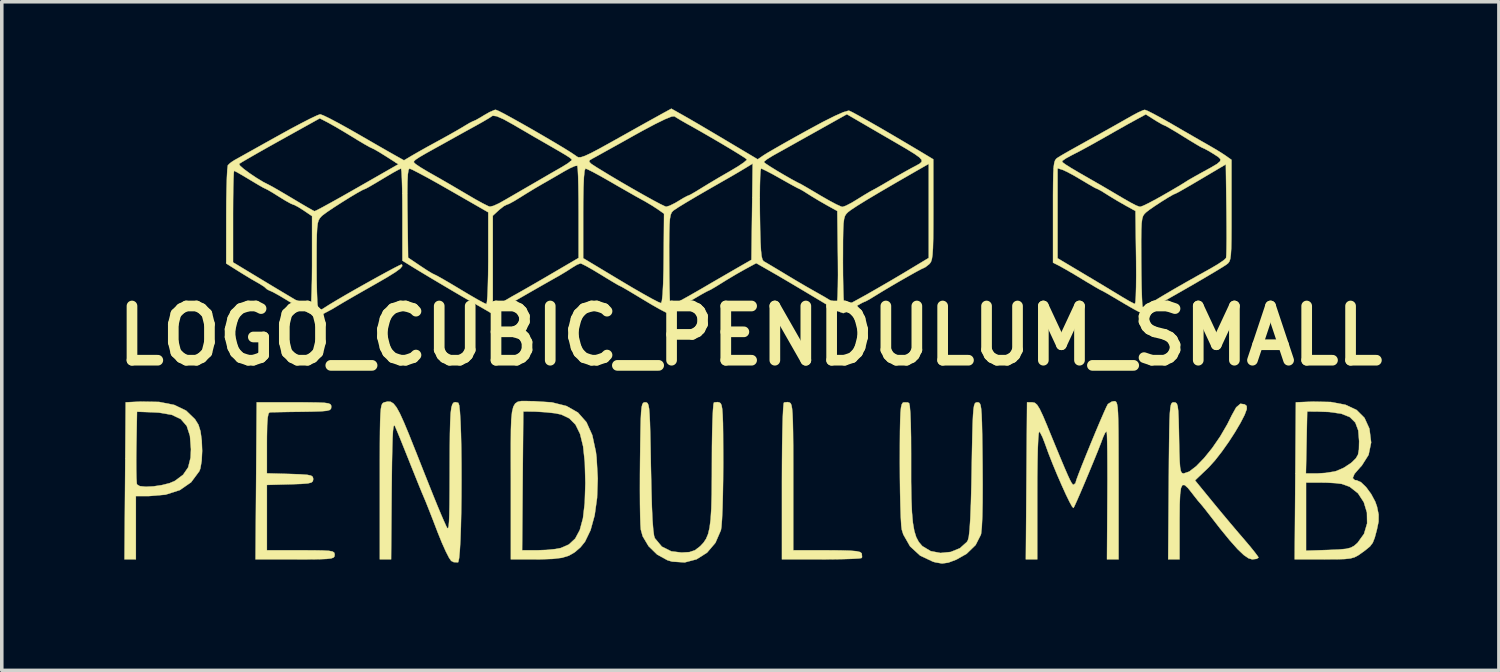
<source format=kicad_pcb>
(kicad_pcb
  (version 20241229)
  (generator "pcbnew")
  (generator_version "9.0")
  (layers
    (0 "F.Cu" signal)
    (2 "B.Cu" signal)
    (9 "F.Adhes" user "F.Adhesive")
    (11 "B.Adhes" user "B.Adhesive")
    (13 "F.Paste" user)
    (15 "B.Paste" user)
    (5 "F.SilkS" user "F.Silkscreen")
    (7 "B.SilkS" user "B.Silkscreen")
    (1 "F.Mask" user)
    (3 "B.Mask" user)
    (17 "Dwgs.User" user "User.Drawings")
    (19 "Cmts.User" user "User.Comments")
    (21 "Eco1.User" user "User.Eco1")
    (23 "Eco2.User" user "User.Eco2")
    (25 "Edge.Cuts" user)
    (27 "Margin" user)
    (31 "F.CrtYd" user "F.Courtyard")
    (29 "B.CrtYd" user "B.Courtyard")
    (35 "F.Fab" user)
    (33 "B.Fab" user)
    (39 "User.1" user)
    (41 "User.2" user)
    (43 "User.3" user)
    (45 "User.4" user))
  (footprint "LOGO_CUBIC_PENDULUM_SMALL"
    (layer "F.Cu")
    (at 18.041 6.386)
    (property "Reference" "LOGO_CUBIC_PENDULUM_SMALL" (at 0 0 0) (layer "F.SilkS") (effects (font (size 1.524 1.524) (thickness 0.3))))
    (attr through_hole)
    (fp_poly (pts (xy 1.106 1.88) (xy 1.134 1.902) (xy 1.156 1.954) (xy 1.173 2.047) (xy 1.186 2.196) (xy 1.195 2.412) (xy 1.201 2.708) (xy 1.205 3.098) (xy 1.206 3.593) (xy 1.206 3.976) (xy 1.206 6.032) (xy 2.152 6.032) (xy 2.533 6.035) (xy 2.805 6.043) (xy 2.983 6.058) (xy 3.086 6.082) (xy 3.13 6.117) (xy 3.132 6.122) (xy 3.141 6.223) (xy 3.128 6.249) (xy 3.055 6.261) (xy 2.877 6.272) (xy 2.614 6.28) (xy 2.288 6.285) (xy 1.99 6.287) (xy 0.889 6.287) (xy 0.889 4.099) (xy 0.891 3.56) (xy 0.895 3.073) (xy 0.903 2.651) (xy 0.912 2.307) (xy 0.924 2.056) (xy 0.937 1.909) (xy 0.947 1.877) (xy 1.05 1.866) (xy 1.106 1.88)) (stroke (width 0.01) (type solid)) (fill yes) (layer "F.SilkS"))
    (fp_poly (pts (xy -16.621 1.862) (xy -16.194 1.946) (xy -15.859 2.107) (xy -15.609 2.349) (xy -15.512 2.505) (xy -15.455 2.689) (xy -15.42 2.948) (xy -15.409 3.239) (xy -15.422 3.516) (xy -15.46 3.736) (xy -15.489 3.81) (xy -15.72 4.121) (xy -16.036 4.34) (xy -16.439 4.469) (xy -16.903 4.508) (xy -17.272 4.508) (xy -17.272 6.287) (xy -17.591 6.287) (xy -17.57 3.458) (xy -17.262 3.458) (xy -17.261 3.762) (xy -17.256 4) (xy -17.247 4.148) (xy -17.24 4.182) (xy -17.161 4.229) (xy -16.994 4.246) (xy -16.775 4.235) (xy -16.54 4.2) (xy -16.323 4.145) (xy -16.176 4.082) (xy -15.944 3.909) (xy -15.802 3.702) (xy -15.734 3.429) (xy -15.723 3.19) (xy -15.752 2.815) (xy -15.842 2.537) (xy -16.009 2.344) (xy -16.263 2.224) (xy -16.62 2.163) (xy -16.798 2.153) (xy -17.24 2.137) (xy -17.258 3.113) (xy -17.262 3.458) (xy -17.57 3.458) (xy -17.558 1.873) (xy -17.145 1.853) (xy -16.621 1.862)) (stroke (width 0.01) (type solid)) (fill yes) (layer "F.SilkS"))
    (fp_poly (pts (xy -12.44 1.874) (xy -12.163 1.878) (xy -11.976 1.886) (xy -11.862 1.902) (xy -11.804 1.927) (xy -11.782 1.964) (xy -11.779 2) (xy -11.787 2.052) (xy -11.822 2.088) (xy -11.906 2.111) (xy -12.058 2.125) (xy -12.3 2.133) (xy -12.605 2.138) (xy -12.921 2.142) (xy -13.194 2.147) (xy -13.397 2.151) (xy -13.504 2.153) (xy -13.51 2.154) (xy -13.544 2.191) (xy -13.567 2.306) (xy -13.582 2.514) (xy -13.588 2.828) (xy -13.589 3.014) (xy -13.589 3.869) (xy -12.938 3.887) (xy -12.645 3.897) (xy -12.455 3.911) (xy -12.348 3.933) (xy -12.299 3.969) (xy -12.287 4.024) (xy -12.287 4.032) (xy -12.297 4.09) (xy -12.34 4.128) (xy -12.439 4.152) (xy -12.618 4.166) (xy -12.898 4.176) (xy -12.938 4.177) (xy -13.589 4.195) (xy -13.589 6.032) (xy -12.636 6.032) (xy -12.27 6.033) (xy -12.012 6.038) (xy -11.844 6.048) (xy -11.746 6.066) (xy -11.699 6.095) (xy -11.685 6.138) (xy -11.684 6.16) (xy -11.69 6.205) (xy -11.718 6.238) (xy -11.786 6.261) (xy -11.912 6.275) (xy -12.114 6.283) (xy -12.407 6.286) (xy -12.796 6.287) (xy -13.908 6.287) (xy -13.875 1.873) (xy -12.827 1.873) (xy -12.44 1.874)) (stroke (width 0.01) (type solid)) (fill yes) (layer "F.SilkS"))
    (fp_poly (pts (xy -6.155 1.841) (xy -6.094 1.841) (xy -5.58 1.874) (xy -5.166 1.978) (xy -4.845 2.161) (xy -4.607 2.431) (xy -4.442 2.797) (xy -4.341 3.267) (xy -4.322 3.424) (xy -4.289 4.011) (xy -4.308 4.559) (xy -4.376 5.05) (xy -4.491 5.467) (xy -4.648 5.792) (xy -4.776 5.95) (xy -4.936 6.088) (xy -5.1 6.183) (xy -5.295 6.243) (xy -5.551 6.274) (xy -5.896 6.286) (xy -6.037 6.287) (xy -6.731 6.287) (xy -6.731 6.032) (xy -6.415 6.032) (xy -5.986 6.032) (xy -5.724 6.022) (xy -5.479 5.997) (xy -5.329 5.969) (xy -5.101 5.869) (xy -4.923 5.704) (xy -4.793 5.461) (xy -4.704 5.131) (xy -4.654 4.7) (xy -4.637 4.158) (xy -4.637 4.128) (xy -4.652 3.562) (xy -4.7 3.11) (xy -4.786 2.76) (xy -4.913 2.501) (xy -5.088 2.324) (xy -5.314 2.216) (xy -5.488 2.18) (xy -5.749 2.152) (xy -6.016 2.135) (xy -6.096 2.132) (xy -6.382 2.13) (xy -6.399 4.081) (xy -6.415 6.032) (xy -6.731 6.032) (xy -6.731 4.103) (xy -6.732 3.505) (xy -6.732 3.022) (xy -6.729 2.642) (xy -6.719 2.353) (xy -6.697 2.142) (xy -6.662 1.997) (xy -6.609 1.906) (xy -6.536 1.857) (xy -6.438 1.838) (xy -6.312 1.837) (xy -6.155 1.841)) (stroke (width 0.01) (type solid)) (fill yes) (layer "F.SilkS"))
    (fp_poly (pts (xy -0.863 1.88) (xy -0.832 1.904) (xy -0.808 1.96) (xy -0.79 2.062) (xy -0.778 2.224) (xy -0.769 2.46) (xy -0.765 2.785) (xy -0.763 3.213) (xy -0.762 3.579) (xy -0.765 4.04) (xy -0.772 4.47) (xy -0.782 4.849) (xy -0.796 5.156) (xy -0.812 5.372) (xy -0.827 5.468) (xy -0.981 5.822) (xy -1.216 6.098) (xy -1.511 6.285) (xy -1.845 6.373) (xy -2.199 6.35) (xy -2.33 6.311) (xy -2.619 6.152) (xy -2.861 5.916) (xy -3.026 5.638) (xy -3.078 5.45) (xy -3.088 5.312) (xy -3.096 5.068) (xy -3.101 4.737) (xy -3.103 4.342) (xy -3.102 3.902) (xy -3.099 3.524) (xy -3.093 3.024) (xy -3.086 2.637) (xy -3.079 2.348) (xy -3.069 2.143) (xy -3.054 2.007) (xy -3.035 1.927) (xy -3.009 1.887) (xy -2.976 1.874) (xy -2.953 1.873) (xy -2.916 1.877) (xy -2.887 1.899) (xy -2.864 1.952) (xy -2.846 2.049) (xy -2.833 2.205) (xy -2.822 2.432) (xy -2.813 2.745) (xy -2.804 3.157) (xy -2.795 3.682) (xy -2.794 3.715) (xy -2.781 4.322) (xy -2.767 4.809) (xy -2.75 5.184) (xy -2.729 5.453) (xy -2.706 5.623) (xy -2.683 5.694) (xy -2.487 5.929) (xy -2.222 6.061) (xy -1.935 6.096) (xy -1.712 6.083) (xy -1.557 6.031) (xy -1.413 5.921) (xy -1.41 5.918) (xy -1.318 5.821) (xy -1.244 5.711) (xy -1.187 5.575) (xy -1.145 5.396) (xy -1.115 5.159) (xy -1.096 4.851) (xy -1.085 4.455) (xy -1.081 3.956) (xy -1.08 3.576) (xy -1.078 3.119) (xy -1.072 2.71) (xy -1.062 2.365) (xy -1.05 2.1) (xy -1.036 1.932) (xy -1.022 1.877) (xy -0.918 1.866) (xy -0.863 1.88)) (stroke (width 0.01) (type solid)) (fill yes) (layer "F.SilkS"))
    (fp_poly (pts (xy 6.419 1.877) (xy 6.449 1.899) (xy 6.472 1.953) (xy 6.488 2.052) (xy 6.501 2.211) (xy 6.51 2.443) (xy 6.517 2.763) (xy 6.523 3.185) (xy 6.528 3.619) (xy 6.531 4.193) (xy 6.529 4.684) (xy 6.521 5.082) (xy 6.507 5.378) (xy 6.488 5.561) (xy 6.48 5.595) (xy 6.333 5.884) (xy 6.079 6.131) (xy 5.789 6.295) (xy 5.565 6.379) (xy 5.39 6.403) (xy 5.202 6.371) (xy 5.134 6.352) (xy 4.774 6.182) (xy 4.49 5.921) (xy 4.3 5.587) (xy 4.258 5.453) (xy 4.243 5.332) (xy 4.23 5.104) (xy 4.219 4.789) (xy 4.21 4.405) (xy 4.205 3.972) (xy 4.203 3.576) (xy 4.204 3.068) (xy 4.207 2.672) (xy 4.213 2.375) (xy 4.222 2.162) (xy 4.236 2.02) (xy 4.256 1.933) (xy 4.282 1.889) (xy 4.303 1.876) (xy 4.422 1.874) (xy 4.464 1.898) (xy 4.482 1.98) (xy 4.498 2.174) (xy 4.509 2.469) (xy 4.517 2.849) (xy 4.519 3.301) (xy 4.519 3.504) (xy 4.519 4.098) (xy 4.527 4.579) (xy 4.543 4.962) (xy 4.57 5.262) (xy 4.61 5.491) (xy 4.664 5.665) (xy 4.735 5.798) (xy 4.824 5.903) (xy 4.84 5.918) (xy 5.07 6.056) (xy 5.346 6.108) (xy 5.632 6.079) (xy 5.891 5.974) (xy 6.086 5.799) (xy 6.114 5.754) (xy 6.141 5.654) (xy 6.164 5.451) (xy 6.184 5.14) (xy 6.201 4.715) (xy 6.215 4.171) (xy 6.223 3.747) (xy 6.232 3.21) (xy 6.241 2.787) (xy 6.25 2.465) (xy 6.261 2.228) (xy 6.274 2.065) (xy 6.291 1.961) (xy 6.313 1.904) (xy 6.341 1.879) (xy 6.376 1.873) (xy 6.382 1.873) (xy 6.419 1.877)) (stroke (width 0.01) (type solid)) (fill yes) (layer "F.SilkS"))
    (fp_poly (pts (xy 11.954 1.88) (xy 11.989 1.911) (xy 12.013 1.986) (xy 12.029 2.124) (xy 12.039 2.341) (xy 12.047 2.657) (xy 12.051 2.873) (xy 12.058 3.251) (xy 12.068 3.521) (xy 12.081 3.699) (xy 12.101 3.805) (xy 12.13 3.857) (xy 12.17 3.873) (xy 12.182 3.873) (xy 12.337 3.82) (xy 12.533 3.67) (xy 12.753 3.443) (xy 12.983 3.159) (xy 13.207 2.834) (xy 13.409 2.488) (xy 13.533 2.238) (xy 13.657 2.015) (xy 13.776 1.913) (xy 13.896 1.93) (xy 13.952 1.976) (xy 13.955 2.063) (xy 13.893 2.228) (xy 13.778 2.451) (xy 13.625 2.711) (xy 13.447 2.986) (xy 13.255 3.257) (xy 13.065 3.501) (xy 12.888 3.698) (xy 12.853 3.732) (xy 12.5 4.067) (xy 12.979 4.653) (xy 13.222 4.948) (xy 13.489 5.267) (xy 13.74 5.563) (xy 13.871 5.715) (xy 14.046 5.921) (xy 14.184 6.093) (xy 14.269 6.207) (xy 14.285 6.239) (xy 14.232 6.273) (xy 14.107 6.287) (xy 14.004 6.257) (xy 13.87 6.165) (xy 13.697 6) (xy 13.478 5.754) (xy 13.204 5.419) (xy 12.891 5.016) (xy 12.765 4.855) (xy 12.669 4.738) (xy 12.635 4.699) (xy 12.578 4.633) (xy 12.475 4.502) (xy 12.419 4.429) (xy 12.301 4.281) (xy 12.212 4.2) (xy 12.149 4.196) (xy 12.106 4.279) (xy 12.081 4.459) (xy 12.069 4.744) (xy 12.065 5.145) (xy 12.065 5.239) (xy 12.065 6.287) (xy 11.746 6.287) (xy 11.763 4.08) (xy 11.767 3.493) (xy 11.772 3.02) (xy 11.777 2.65) (xy 11.784 2.369) (xy 11.794 2.166) (xy 11.807 2.027) (xy 11.824 1.941) (xy 11.845 1.895) (xy 11.873 1.877) (xy 11.906 1.873) (xy 11.954 1.88)) (stroke (width 0.01) (type solid)) (fill yes) (layer "F.SilkS"))
    (fp_poly (pts (xy 10.263 1.846) (xy 10.288 1.869) (xy 10.308 1.922) (xy 10.324 2.018) (xy 10.335 2.169) (xy 10.342 2.388) (xy 10.347 2.686) (xy 10.349 3.077) (xy 10.35 3.571) (xy 10.351 4.064) (xy 10.351 6.287) (xy 10.026 6.287) (xy 10.037 4.505) (xy 10.039 4.043) (xy 10.038 3.622) (xy 10.036 3.261) (xy 10.031 2.975) (xy 10.025 2.781) (xy 10.017 2.695) (xy 10.016 2.692) (xy 9.977 2.722) (xy 9.923 2.838) (xy 9.916 2.855) (xy 9.856 3.016) (xy 9.765 3.248) (xy 9.651 3.527) (xy 9.526 3.829) (xy 9.4 4.13) (xy 9.282 4.407) (xy 9.183 4.634) (xy 9.113 4.788) (xy 9.083 4.843) (xy 9.046 4.806) (xy 8.972 4.671) (xy 8.87 4.462) (xy 8.751 4.199) (xy 8.623 3.905) (xy 8.497 3.601) (xy 8.382 3.308) (xy 8.288 3.049) (xy 8.282 3.032) (xy 8.212 2.851) (xy 8.148 2.725) (xy 8.122 2.695) (xy 8.106 2.746) (xy 8.092 2.912) (xy 8.08 3.182) (xy 8.072 3.543) (xy 8.066 3.985) (xy 8.065 4.473) (xy 8.065 6.287) (xy 7.745 6.287) (xy 7.779 1.873) (xy 7.926 1.873) (xy 7.996 1.887) (xy 8.06 1.941) (xy 8.132 2.055) (xy 8.224 2.248) (xy 8.347 2.539) (xy 8.36 2.572) (xy 8.558 3.054) (xy 8.714 3.431) (xy 8.834 3.716) (xy 8.923 3.92) (xy 8.987 4.057) (xy 9.032 4.14) (xy 9.063 4.18) (xy 9.086 4.191) (xy 9.086 4.191) (xy 9.142 4.143) (xy 9.144 4.128) (xy 9.167 4.049) (xy 9.231 3.876) (xy 9.326 3.633) (xy 9.443 3.343) (xy 9.571 3.029) (xy 9.701 2.715) (xy 9.824 2.424) (xy 9.93 2.179) (xy 10.009 2.003) (xy 10.052 1.921) (xy 10.162 1.853) (xy 10.231 1.841) (xy 10.263 1.846)) (stroke (width 0.01) (type solid)) (fill yes) (layer "F.SilkS"))
    (fp_poly (pts (xy 16.318 1.864) (xy 16.729 1.942) (xy 17.043 2.089) (xy 17.264 2.31) (xy 17.399 2.606) (xy 17.403 2.618) (xy 17.451 3.002) (xy 17.379 3.349) (xy 17.188 3.652) (xy 17.14 3.703) (xy 16.983 3.884) (xy 16.933 4.003) (xy 16.992 4.06) (xy 17.041 4.064) (xy 17.164 4.118) (xy 17.309 4.257) (xy 17.451 4.45) (xy 17.566 4.665) (xy 17.615 4.803) (xy 17.661 5.029) (xy 17.659 5.227) (xy 17.612 5.454) (xy 17.552 5.678) (xy 17.496 5.821) (xy 17.418 5.924) (xy 17.29 6.029) (xy 17.193 6.1) (xy 17.083 6.177) (xy 16.983 6.229) (xy 16.868 6.261) (xy 16.709 6.278) (xy 16.479 6.285) (xy 16.152 6.286) (xy 16.119 6.287) (xy 15.302 6.287) (xy 15.318 4.128) (xy 15.621 4.128) (xy 15.621 6.044) (xy 16.252 6.023) (xy 16.545 6.01) (xy 16.742 5.992) (xy 16.874 5.96) (xy 16.971 5.908) (xy 17.064 5.827) (xy 17.068 5.824) (xy 17.251 5.57) (xy 17.338 5.277) (xy 17.333 4.972) (xy 17.245 4.681) (xy 17.081 4.43) (xy 16.847 4.246) (xy 16.624 4.166) (xy 16.455 4.145) (xy 16.219 4.131) (xy 16.026 4.128) (xy 15.621 4.128) (xy 15.318 4.128) (xy 15.32 3.873) (xy 15.617 3.873) (xy 15.921 3.873) (xy 16.167 3.858) (xy 16.407 3.82) (xy 16.466 3.806) (xy 16.676 3.716) (xy 16.881 3.582) (xy 16.91 3.557) (xy 17.021 3.448) (xy 17.082 3.343) (xy 17.108 3.198) (xy 17.113 2.971) (xy 17.113 2.963) (xy 17.089 2.664) (xy 17.006 2.442) (xy 16.851 2.288) (xy 16.61 2.192) (xy 16.269 2.144) (xy 15.97 2.133) (xy 15.653 2.13) (xy 15.635 3.002) (xy 15.617 3.873) (xy 15.32 3.873) (xy 15.335 1.873) (xy 15.803 1.854) (xy 16.318 1.864)) (stroke (width 0.01) (type solid)) (fill yes) (layer "F.SilkS"))
    (fp_poly (pts (xy -10.109 1.858) (xy -10.03 1.908) (xy -9.946 2.013) (xy -9.851 2.185) (xy -9.736 2.438) (xy -9.592 2.784) (xy -9.412 3.236) (xy -9.404 3.254) (xy -9.195 3.784) (xy -9.025 4.211) (xy -8.889 4.55) (xy -8.78 4.817) (xy -8.692 5.027) (xy -8.619 5.196) (xy -8.555 5.338) (xy -8.542 5.366) (xy -8.517 5.41) (xy -8.496 5.41) (xy -8.48 5.355) (xy -8.469 5.233) (xy -8.461 5.033) (xy -8.455 4.743) (xy -8.452 4.351) (xy -8.45 3.846) (xy -8.45 3.736) (xy -8.448 3.19) (xy -8.444 2.759) (xy -8.436 2.43) (xy -8.424 2.19) (xy -8.404 2.026) (xy -8.375 1.926) (xy -8.336 1.878) (xy -8.286 1.868) (xy -8.221 1.884) (xy -8.207 1.889) (xy -8.183 1.959) (xy -8.163 2.139) (xy -8.147 2.41) (xy -8.134 2.754) (xy -8.125 3.155) (xy -8.12 3.594) (xy -8.119 4.053) (xy -8.121 4.516) (xy -8.127 4.964) (xy -8.136 5.379) (xy -8.149 5.744) (xy -8.166 6.041) (xy -8.186 6.253) (xy -8.209 6.361) (xy -8.217 6.371) (xy -8.338 6.365) (xy -8.408 6.33) (xy -8.468 6.244) (xy -8.56 6.064) (xy -8.671 5.816) (xy -8.789 5.525) (xy -8.801 5.493) (xy -8.919 5.185) (xy -9.029 4.904) (xy -9.118 4.68) (xy -9.175 4.544) (xy -9.177 4.54) (xy -9.231 4.412) (xy -9.321 4.193) (xy -9.434 3.912) (xy -9.56 3.598) (xy -9.589 3.524) (xy -9.715 3.21) (xy -9.829 2.926) (xy -9.922 2.7) (xy -9.982 2.559) (xy -9.991 2.54) (xy -10.012 2.518) (xy -10.03 2.56) (xy -10.045 2.676) (xy -10.056 2.876) (xy -10.065 3.169) (xy -10.073 3.565) (xy -10.079 4.074) (xy -10.082 4.334) (xy -10.098 6.287) (xy -10.414 6.287) (xy -10.414 4.1) (xy -10.414 3.516) (xy -10.413 3.046) (xy -10.41 2.677) (xy -10.405 2.397) (xy -10.396 2.194) (xy -10.384 2.053) (xy -10.368 1.964) (xy -10.346 1.912) (xy -10.318 1.886) (xy -10.287 1.873) (xy -10.192 1.851) (xy -10.109 1.858)) (stroke (width 0.01) (type solid)) (fill yes) (layer "F.SilkS"))
    (fp_poly (pts (xy 11.168 -6.319) (xy 11.333 -6.236) (xy 11.562 -6.112) (xy 11.831 -5.96) (xy 11.882 -5.93) (xy 12.183 -5.755) (xy 12.473 -5.588) (xy 12.718 -5.447) (xy 12.887 -5.351) (xy 12.89 -5.349) (xy 13.098 -5.228) (xy 13.289 -5.108) (xy 13.351 -5.067) (xy 13.525 -4.944) (xy 13.525 -3.523) (xy 13.525 -3.063) (xy 13.523 -2.713) (xy 13.518 -2.457) (xy 13.507 -2.279) (xy 13.491 -2.16) (xy 13.466 -2.086) (xy 13.432 -2.039) (xy 13.386 -2.002) (xy 13.383 -1.999) (xy 13.271 -1.927) (xy 13.079 -1.81) (xy 12.826 -1.66) (xy 12.533 -1.488) (xy 12.219 -1.307) (xy 11.904 -1.127) (xy 11.608 -0.959) (xy 11.35 -0.815) (xy 11.152 -0.707) (xy 11.031 -0.645) (xy 11.005 -0.635) (xy 10.932 -0.666) (xy 10.777 -0.749) (xy 10.566 -0.87) (xy 10.426 -0.953) (xy 10.198 -1.088) (xy 10.015 -1.195) (xy 9.901 -1.258) (xy 9.875 -1.27) (xy 9.815 -1.301) (xy 9.671 -1.384) (xy 9.471 -1.503) (xy 9.355 -1.573) (xy 9.112 -1.72) (xy 8.889 -1.85) (xy 8.724 -1.943) (xy 8.684 -1.965) (xy 8.509 -2.053) (xy 8.509 -2.177) (xy 8.636 -2.177) (xy 9.414 -1.713) (xy 9.723 -1.529) (xy 10.019 -1.351) (xy 10.272 -1.198) (xy 10.452 -1.089) (xy 10.477 -1.074) (xy 10.647 -0.974) (xy 10.773 -0.908) (xy 10.812 -0.893) (xy 10.826 -0.952) (xy 10.837 -1.12) (xy 10.844 -1.377) (xy 10.847 -1.705) (xy 10.845 -2.085) (xy 10.844 -2.197) (xy 10.837 -2.697) (xy 10.986 -2.697) (xy 10.987 -2.329) (xy 10.988 -2.089) (xy 10.992 -1.703) (xy 10.998 -1.362) (xy 11.007 -1.086) (xy 11.016 -0.894) (xy 11.027 -0.806) (xy 11.029 -0.803) (xy 11.098 -0.807) (xy 11.135 -0.831) (xy 11.224 -0.894) (xy 11.387 -0.997) (xy 11.589 -1.119) (xy 11.918 -1.313) (xy 12.25 -1.503) (xy 12.623 -1.713) (xy 12.943 -1.891) (xy 13.145 -2.01) (xy 13.298 -2.114) (xy 13.372 -2.182) (xy 13.373 -2.185) (xy 13.381 -2.268) (xy 13.386 -2.458) (xy 13.389 -2.734) (xy 13.388 -3.076) (xy 13.385 -3.463) (xy 13.384 -3.537) (xy 13.367 -4.817) (xy 12.678 -4.409) (xy 12.415 -4.254) (xy 12.195 -4.127) (xy 12.038 -4.038) (xy 11.966 -4.001) (xy 11.964 -4) (xy 11.889 -3.968) (xy 11.743 -3.884) (xy 11.56 -3.77) (xy 11.372 -3.647) (xy 11.213 -3.537) (xy 11.126 -3.469) (xy 11.077 -3.421) (xy 11.04 -3.365) (xy 11.015 -3.283) (xy 10.999 -3.156) (xy 10.99 -2.967) (xy 10.986 -2.697) (xy 10.837 -2.697) (xy 10.827 -3.505) (xy 10.541 -3.663) (xy 10.314 -3.793) (xy 10.086 -3.931) (xy 10.018 -3.974) (xy 9.869 -4.067) (xy 9.768 -4.121) (xy 9.75 -4.128) (xy 9.684 -4.158) (xy 9.54 -4.24) (xy 9.346 -4.355) (xy 9.316 -4.373) (xy 9.099 -4.501) (xy 8.907 -4.604) (xy 8.78 -4.662) (xy 8.775 -4.663) (xy 8.636 -4.708) (xy 8.636 -2.177) (xy 8.509 -2.177) (xy 8.509 -3.488) (xy 8.509 -3.951) (xy 8.512 -4.303) (xy 8.517 -4.56) (xy 8.527 -4.74) (xy 8.544 -4.858) (xy 8.557 -4.898) (xy 8.763 -4.898) (xy 8.786 -4.867) (xy 8.864 -4.81) (xy 9.01 -4.718) (xy 9.237 -4.584) (xy 9.559 -4.399) (xy 9.648 -4.348) (xy 9.836 -4.24) (xy 10.067 -4.105) (xy 10.192 -4.031) (xy 10.492 -3.854) (xy 10.703 -3.734) (xy 10.842 -3.662) (xy 10.928 -3.629) (xy 10.961 -3.623) (xy 11.042 -3.652) (xy 11.206 -3.731) (xy 11.427 -3.849) (xy 11.596 -3.944) (xy 11.839 -4.084) (xy 12.043 -4.204) (xy 12.181 -4.288) (xy 12.224 -4.316) (xy 12.309 -4.37) (xy 12.471 -4.463) (xy 12.668 -4.573) (xy 12.944 -4.724) (xy 13.121 -4.829) (xy 13.207 -4.904) (xy 13.215 -4.963) (xy 13.155 -5.023) (xy 13.037 -5.1) (xy 13.026 -5.107) (xy 12.868 -5.202) (xy 12.758 -5.261) (xy 12.732 -5.271) (xy 12.667 -5.302) (xy 12.521 -5.387) (xy 12.318 -5.51) (xy 12.192 -5.588) (xy 11.969 -5.726) (xy 11.788 -5.833) (xy 11.676 -5.896) (xy 11.652 -5.906) (xy 11.583 -5.937) (xy 11.446 -6.015) (xy 11.367 -6.064) (xy 11.117 -6.222) (xy 10.845 -6.074) (xy 10.624 -5.953) (xy 10.372 -5.811) (xy 10.255 -5.745) (xy 9.857 -5.519) (xy 9.545 -5.344) (xy 9.3 -5.211) (xy 9.098 -5.106) (xy 9.033 -5.073) (xy 8.875 -4.987) (xy 8.777 -4.919) (xy 8.763 -4.898) (xy 8.557 -4.898) (xy 8.568 -4.931) (xy 8.601 -4.975) (xy 8.645 -5.007) (xy 8.645 -5.007) (xy 8.728 -5.058) (xy 8.832 -5.119) (xy 8.976 -5.201) (xy 9.184 -5.317) (xy 9.476 -5.48) (xy 9.557 -5.525) (xy 9.95 -5.743) (xy 10.263 -5.918) (xy 10.529 -6.069) (xy 10.732 -6.184) (xy 10.908 -6.278) (xy 11.044 -6.338) (xy 11.089 -6.349) (xy 11.168 -6.319)) (stroke (width 0.01) (type solid)) (fill yes) (layer "F.SilkS"))
    (fp_poly (pts (xy -1.888 -6.194) (xy -1.716 -6.096) (xy -1.463 -5.949) (xy -1.158 -5.769) (xy -0.83 -5.575) (xy -0.674 -5.482) (xy 0.208 -4.957) (xy 0.374 -5.071) (xy 0.481 -5.138) (xy 0.679 -5.253) (xy 0.946 -5.406) (xy 1.263 -5.584) (xy 1.603 -5.772) (xy 2.035 -6.006) (xy 2.374 -6.176) (xy 2.616 -6.283) (xy 2.757 -6.324) (xy 2.781 -6.322) (xy 2.874 -6.278) (xy 3.058 -6.178) (xy 3.318 -6.032) (xy 3.637 -5.85) (xy 3.997 -5.64) (xy 4.382 -5.413) (xy 4.776 -5.179) (xy 4.874 -5.12) (xy 5.143 -4.958) (xy 5.144 -3.537) (xy 5.143 -3.072) (xy 5.14 -2.719) (xy 5.133 -2.459) (xy 5.121 -2.276) (xy 5.103 -2.154) (xy 5.078 -2.077) (xy 5.044 -2.027) (xy 5.027 -2.01) (xy 4.926 -1.93) (xy 4.878 -1.905) (xy 4.811 -1.875) (xy 4.659 -1.794) (xy 4.449 -1.676) (xy 4.205 -1.537) (xy 3.952 -1.389) (xy 3.715 -1.248) (xy 3.519 -1.128) (xy 3.509 -1.122) (xy 3.349 -1.024) (xy 3.236 -0.963) (xy 3.207 -0.953) (xy 3.137 -0.921) (xy 3 -0.843) (xy 2.921 -0.794) (xy 2.759 -0.699) (xy 2.639 -0.642) (xy 2.609 -0.635) (xy 2.525 -0.665) (xy 2.372 -0.744) (xy 2.243 -0.818) (xy 1.8 -1.083) (xy 1.448 -1.293) (xy 1.17 -1.458) (xy 0.948 -1.589) (xy 0.764 -1.697) (xy 0.6 -1.791) (xy 0.543 -1.824) (xy 0.166 -2.039) (xy -0.155 -1.865) (xy -0.401 -1.726) (xy -0.672 -1.564) (xy -0.807 -1.48) (xy -0.985 -1.37) (xy -1.116 -1.294) (xy -1.168 -1.27) (xy -1.232 -1.239) (xy -1.38 -1.157) (xy -1.585 -1.037) (xy -1.727 -0.953) (xy -1.96 -0.816) (xy -2.155 -0.709) (xy -2.285 -0.646) (xy -2.32 -0.635) (xy -2.398 -0.666) (xy -2.559 -0.752) (xy -2.779 -0.877) (xy -3.011 -1.016) (xy -3.26 -1.166) (xy -3.466 -1.289) (xy -3.607 -1.37) (xy -3.661 -1.397) (xy -3.722 -1.428) (xy -3.865 -1.512) (xy -4.067 -1.634) (xy -4.197 -1.714) (xy -4.426 -1.852) (xy -4.617 -1.96) (xy -4.742 -2.022) (xy -4.774 -2.032) (xy -4.867 -1.998) (xy -5.002 -1.917) (xy -5.007 -1.914) (xy -5.166 -1.811) (xy -5.371 -1.688) (xy -5.461 -1.638) (xy -5.625 -1.545) (xy -5.868 -1.407) (xy -6.158 -1.241) (xy -6.464 -1.065) (xy -6.497 -1.046) (xy -7.247 -0.612) (xy -7.436 -0.724) (xy -7.613 -0.826) (xy -7.765 -0.911) (xy -7.893 -0.983) (xy -8.103 -1.104) (xy -8.368 -1.259) (xy -8.66 -1.432) (xy -8.953 -1.606) (xy -9.22 -1.766) (xy -9.433 -1.895) (xy -9.477 -1.922) (xy -9.779 -2.109) (xy -9.779 -3.404) (xy -9.781 -3.794) (xy -9.784 -3.996) (xy -9.642 -3.996) (xy -9.639 -3.559) (xy -9.637 -3.447) (xy -9.62 -2.194) (xy -9.271 -1.958) (xy -9.087 -1.837) (xy -8.945 -1.751) (xy -8.877 -1.718) (xy -8.809 -1.685) (xy -8.655 -1.599) (xy -8.437 -1.472) (xy -8.177 -1.317) (xy -8.153 -1.302) (xy -7.89 -1.145) (xy -7.665 -1.015) (xy -7.501 -0.926) (xy -7.421 -0.889) (xy -7.419 -0.889) (xy -7.403 -0.949) (xy -7.389 -1.118) (xy -7.378 -1.376) (xy -7.37 -1.704) (xy -7.366 -2.083) (xy -7.366 -2.178) (xy -7.366 -3.372) (xy -7.239 -3.372) (xy -7.239 -0.753) (xy -7.064 -0.877) (xy -6.885 -0.993) (xy -6.683 -1.111) (xy -6.668 -1.119) (xy -6.533 -1.194) (xy -6.315 -1.318) (xy -6.041 -1.476) (xy -5.738 -1.652) (xy -5.636 -1.712) (xy -4.826 -2.186) (xy -4.826 -3.439) (xy -4.699 -3.439) (xy -4.699 -2.179) (xy -3.635 -1.54) (xy -3.304 -1.343) (xy -3.008 -1.173) (xy -2.766 -1.038) (xy -2.594 -0.949) (xy -2.511 -0.916) (xy -2.508 -0.916) (xy -2.485 -0.984) (xy -2.465 -1.168) (xy -2.45 -1.458) (xy -2.439 -1.844) (xy -2.435 -2.18) (xy -2.432 -2.539) (xy -2.282 -2.539) (xy -2.281 -2.094) (xy -2.281 -2.07) (xy -2.278 -1.679) (xy -2.273 -1.34) (xy -2.266 -1.071) (xy -2.257 -0.888) (xy -2.248 -0.809) (xy -2.244 -0.81) (xy -2.183 -0.883) (xy -2.162 -0.889) (xy -2.091 -0.919) (xy -1.933 -1.002) (xy -1.71 -1.126) (xy -1.443 -1.279) (xy -1.389 -1.31) (xy -1.08 -1.491) (xy -0.774 -1.668) (xy -0.507 -1.823) (xy -0.318 -1.932) (xy 0.032 -2.133) (xy 0.049 -3.485) (xy 0.054 -3.885) (xy 0.266 -3.885) (xy 0.268 -3.506) (xy 0.269 -3.42) (xy 0.276 -2.974) (xy 0.286 -2.638) (xy 0.299 -2.399) (xy 0.316 -2.239) (xy 0.34 -2.143) (xy 0.371 -2.095) (xy 0.381 -2.089) (xy 0.474 -2.035) (xy 0.647 -1.932) (xy 0.871 -1.798) (xy 1.016 -1.71) (xy 1.297 -1.542) (xy 1.584 -1.374) (xy 1.83 -1.234) (xy 1.905 -1.192) (xy 2.098 -1.082) (xy 2.249 -0.991) (xy 2.315 -0.945) (xy 2.407 -0.892) (xy 2.427 -0.889) (xy 2.442 -0.949) (xy 2.453 -1.118) (xy 2.461 -1.376) (xy 2.465 -1.705) (xy 2.463 -2.084) (xy 2.603 -2.084) (xy 2.605 -1.7) (xy 2.611 -1.363) (xy 2.619 -1.093) (xy 2.629 -0.908) (xy 2.641 -0.827) (xy 2.644 -0.826) (xy 2.712 -0.855) (xy 2.866 -0.934) (xy 3.08 -1.051) (xy 3.263 -1.152) (xy 3.589 -1.339) (xy 3.96 -1.554) (xy 4.313 -1.763) (xy 4.429 -1.833) (xy 5.016 -2.186) (xy 5.016 -4.831) (xy 4.715 -4.659) (xy 4.131 -4.323) (xy 3.654 -4.045) (xy 3.281 -3.823) (xy 3.006 -3.653) (xy 2.826 -3.534) (xy 2.746 -3.473) (xy 2.698 -3.424) (xy 2.661 -3.367) (xy 2.636 -3.282) (xy 2.619 -3.152) (xy 2.61 -2.959) (xy 2.605 -2.684) (xy 2.604 -2.31) (xy 2.603 -2.084) (xy 2.463 -2.084) (xy 2.463 -2.086) (xy 2.462 -2.197) (xy 2.445 -3.505) (xy 2.159 -3.663) (xy 1.932 -3.793) (xy 1.704 -3.931) (xy 1.636 -3.974) (xy 1.489 -4.067) (xy 1.393 -4.121) (xy 1.377 -4.128) (xy 1.316 -4.157) (xy 1.171 -4.235) (xy 0.967 -4.349) (xy 0.854 -4.413) (xy 0.627 -4.54) (xy 0.441 -4.637) (xy 0.325 -4.692) (xy 0.302 -4.699) (xy 0.287 -4.639) (xy 0.276 -4.47) (xy 0.269 -4.213) (xy 0.266 -3.885) (xy 0.054 -3.885) (xy 0.066 -4.838) (xy -0.142 -4.711) (xy -0.346 -4.589) (xy -0.559 -4.465) (xy -0.572 -4.458) (xy -1.086 -4.164) (xy -1.496 -3.927) (xy -1.805 -3.744) (xy -2.021 -3.612) (xy -2.148 -3.527) (xy -2.175 -3.506) (xy -2.212 -3.462) (xy -2.24 -3.394) (xy -2.26 -3.285) (xy -2.272 -3.117) (xy -2.279 -2.874) (xy -2.282 -2.539) (xy -2.432 -2.539) (xy -2.425 -3.429) (xy -2.596 -3.55) (xy -2.757 -3.655) (xy -2.964 -3.778) (xy -3.05 -3.825) (xy -3.225 -3.922) (xy -3.472 -4.063) (xy -3.754 -4.224) (xy -3.952 -4.339) (xy -4.205 -4.483) (xy -4.421 -4.6) (xy -4.573 -4.676) (xy -4.635 -4.699) (xy -4.659 -4.637) (xy -4.678 -4.454) (xy -4.691 -4.156) (xy -4.698 -3.751) (xy -4.699 -3.439) (xy -4.826 -3.439) (xy -4.826 -3.463) (xy -4.828 -3.854) (xy -4.833 -4.2) (xy -4.84 -4.481) (xy -4.85 -4.679) (xy -4.861 -4.774) (xy -4.863 -4.779) (xy -4.933 -4.769) (xy -5.076 -4.705) (xy -5.228 -4.622) (xy -5.471 -4.48) (xy -5.724 -4.334) (xy -5.842 -4.267) (xy -6.063 -4.138) (xy -6.317 -3.983) (xy -6.458 -3.895) (xy -6.641 -3.783) (xy -6.783 -3.706) (xy -6.846 -3.683) (xy -6.926 -3.643) (xy -7.05 -3.546) (xy -7.071 -3.527) (xy -7.239 -3.372) (xy -7.366 -3.372) (xy -7.366 -3.468) (xy -8.437 -4.083) (xy -8.772 -4.274) (xy -9.072 -4.441) (xy -9.319 -4.573) (xy -9.494 -4.663) (xy -9.579 -4.699) (xy -9.581 -4.699) (xy -9.608 -4.66) (xy -9.627 -4.537) (xy -9.638 -4.319) (xy -9.642 -3.996) (xy -9.784 -3.996) (xy -9.786 -4.137) (xy -9.794 -4.414) (xy -9.804 -4.606) (xy -9.816 -4.695) (xy -9.819 -4.699) (xy -9.887 -4.668) (xy -10.037 -4.586) (xy -10.239 -4.467) (xy -10.329 -4.413) (xy -10.543 -4.285) (xy -10.713 -4.186) (xy -10.811 -4.133) (xy -10.825 -4.128) (xy -10.902 -4.095) (xy -11.057 -4.009) (xy -11.262 -3.887) (xy -11.489 -3.745) (xy -11.71 -3.603) (xy -11.897 -3.477) (xy -12.023 -3.384) (xy -12.049 -3.361) (xy -12.098 -3.307) (xy -12.134 -3.246) (xy -12.16 -3.158) (xy -12.176 -3.025) (xy -12.186 -2.829) (xy -12.191 -2.552) (xy -12.192 -2.174) (xy -12.192 -1.958) (xy -12.19 -1.574) (xy -12.183 -1.237) (xy -12.173 -0.966) (xy -12.16 -0.781) (xy -12.145 -0.7) (xy -12.143 -0.699) (xy -12.057 -0.731) (xy -11.965 -0.789) (xy -11.835 -0.872) (xy -11.632 -0.994) (xy -11.376 -1.144) (xy -11.086 -1.31) (xy -10.784 -1.48) (xy -10.489 -1.644) (xy -10.222 -1.79) (xy -10.004 -1.906) (xy -9.854 -1.982) (xy -9.794 -2.005) (xy -9.794 -2.005) (xy -9.784 -1.957) (xy -9.842 -1.886) (xy -9.98 -1.785) (xy -10.21 -1.642) (xy -10.464 -1.495) (xy -10.814 -1.296) (xy -11.077 -1.146) (xy -11.278 -1.03) (xy -11.441 -0.935) (xy -11.589 -0.847) (xy -11.748 -0.751) (xy -11.753 -0.748) (xy -11.991 -0.622) (xy -12.177 -0.579) (xy -12.35 -0.612) (xy -12.446 -0.657) (xy -12.577 -0.73) (xy -12.775 -0.848) (xy -13.002 -0.985) (xy -13.034 -1.005) (xy -13.243 -1.13) (xy -13.412 -1.223) (xy -13.511 -1.268) (xy -13.521 -1.27) (xy -13.597 -1.313) (xy -13.6 -1.318) (xy -13.664 -1.376) (xy -13.799 -1.462) (xy -13.843 -1.487) (xy -14.023 -1.59) (xy -14.249 -1.727) (xy -14.399 -1.82) (xy -14.732 -2.03) (xy -14.731 -3.349) (xy -14.541 -3.349) (xy -14.541 -2.062) (xy -13.478 -1.42) (xy -13.148 -1.222) (xy -12.854 -1.047) (xy -12.615 -0.907) (xy -12.448 -0.812) (xy -12.369 -0.771) (xy -12.367 -0.77) (xy -12.352 -0.828) (xy -12.34 -0.994) (xy -12.33 -1.25) (xy -12.322 -1.577) (xy -12.319 -1.957) (xy -12.319 -2.061) (xy -12.319 -3.361) (xy -12.556 -3.522) (xy -12.71 -3.619) (xy -12.821 -3.677) (xy -12.845 -3.683) (xy -12.921 -3.715) (xy -13.07 -3.798) (xy -13.244 -3.905) (xy -13.426 -4.019) (xy -13.563 -4.099) (xy -13.621 -4.128) (xy -13.685 -4.158) (xy -13.829 -4.24) (xy -14.023 -4.356) (xy -14.065 -4.381) (xy -14.267 -4.502) (xy -14.423 -4.592) (xy -14.506 -4.634) (xy -14.511 -4.636) (xy -14.52 -4.575) (xy -14.528 -4.407) (xy -14.535 -4.149) (xy -14.539 -3.821) (xy -14.541 -3.441) (xy -14.541 -3.349) (xy -14.731 -3.349) (xy -14.731 -3.381) (xy -14.729 -3.784) (xy -14.722 -4.145) (xy -14.713 -4.445) (xy -14.702 -4.664) (xy -14.688 -4.781) (xy -14.683 -4.794) (xy -14.645 -4.828) (xy -14.371 -4.828) (xy -14.343 -4.778) (xy -14.234 -4.683) (xy -14.07 -4.562) (xy -13.879 -4.434) (xy -13.689 -4.319) (xy -13.526 -4.236) (xy -13.525 -4.235) (xy -13.433 -4.186) (xy -13.26 -4.087) (xy -13.034 -3.954) (xy -12.859 -3.85) (xy -12.619 -3.707) (xy -12.422 -3.592) (xy -12.29 -3.518) (xy -12.249 -3.499) (xy -12.185 -3.527) (xy -12.027 -3.61) (xy -11.793 -3.738) (xy -11.5 -3.901) (xy -11.164 -4.092) (xy -11.052 -4.156) (xy -9.893 -4.819) (xy -9.981 -4.876) (xy -9.461 -4.876) (xy -9.41 -4.826) (xy -9.273 -4.733) (xy -9.075 -4.614) (xy -9.001 -4.572) (xy -8.733 -4.42) (xy -8.411 -4.234) (xy -8.09 -4.045) (xy -7.969 -3.974) (xy -7.725 -3.831) (xy -7.517 -3.717) (xy -7.371 -3.644) (xy -7.32 -3.626) (xy -7.217 -3.651) (xy -7.064 -3.721) (xy -7.035 -3.737) (xy -6.895 -3.816) (xy -6.677 -3.942) (xy -6.415 -4.094) (xy -6.191 -4.224) (xy -5.906 -4.389) (xy -5.633 -4.548) (xy -5.406 -4.678) (xy -5.286 -4.747) (xy -5.13 -4.844) (xy -5.071 -4.89) (xy -4.53 -4.89) (xy -4.469 -4.829) (xy -4.317 -4.73) (xy -4.248 -4.688) (xy -3.951 -4.507) (xy -3.631 -4.317) (xy -3.308 -4.13) (xy -3.003 -3.957) (xy -2.736 -3.809) (xy -2.527 -3.698) (xy -2.395 -3.635) (xy -2.364 -3.625) (xy -2.265 -3.654) (xy -2.109 -3.732) (xy -2.032 -3.778) (xy -1.876 -3.872) (xy -1.768 -3.929) (xy -1.744 -3.937) (xy -1.676 -3.968) (xy -1.534 -4.05) (xy -1.378 -4.146) (xy -1.16 -4.279) (xy -0.885 -4.443) (xy -0.605 -4.605) (xy -0.558 -4.632) (xy -0.344 -4.76) (xy -0.184 -4.868) (xy -0.171 -4.879) (xy 0.382 -4.879) (xy 0.432 -4.837) (xy 0.565 -4.749) (xy 0.75 -4.635) (xy 0.96 -4.511) (xy 1.165 -4.394) (xy 1.336 -4.302) (xy 1.411 -4.266) (xy 1.482 -4.226) (xy 1.636 -4.137) (xy 1.846 -4.013) (xy 1.982 -3.932) (xy 2.218 -3.797) (xy 2.417 -3.691) (xy 2.553 -3.63) (xy 2.591 -3.62) (xy 2.685 -3.652) (xy 2.846 -3.735) (xy 3.003 -3.83) (xy 3.195 -3.949) (xy 3.354 -4.044) (xy 3.429 -4.085) (xy 3.534 -4.141) (xy 3.704 -4.238) (xy 3.842 -4.319) (xy 4.079 -4.458) (xy 4.356 -4.614) (xy 4.533 -4.712) (xy 4.666 -4.782) (xy 4.763 -4.837) (xy 4.816 -4.888) (xy 4.815 -4.943) (xy 4.75 -5.015) (xy 4.614 -5.112) (xy 4.397 -5.246) (xy 4.089 -5.426) (xy 3.691 -5.657) (xy 2.714 -6.225) (xy 1.786 -5.705) (xy 1.456 -5.521) (xy 1.148 -5.348) (xy 0.885 -5.201) (xy 0.692 -5.094) (xy 0.62 -5.053) (xy 0.474 -4.963) (xy 0.39 -4.895) (xy 0.382 -4.879) (xy -0.171 -4.879) (xy -0.102 -4.939) (xy -0.097 -4.956) (xy -0.16 -5.003) (xy -0.312 -5.1) (xy -0.532 -5.235) (xy -0.799 -5.394) (xy -1.093 -5.566) (xy -1.391 -5.738) (xy -1.673 -5.898) (xy -1.772 -5.952) (xy -1.952 -6.055) (xy -2.091 -6.139) (xy -2.134 -6.168) (xy -2.216 -6.159) (xy -2.399 -6.085) (xy -2.673 -5.951) (xy -3.032 -5.76) (xy -3.246 -5.642) (xy -3.584 -5.452) (xy -3.894 -5.28) (xy -4.153 -5.136) (xy -4.342 -5.031) (xy -4.438 -4.979) (xy -4.515 -4.933) (xy -4.53 -4.89) (xy -5.071 -4.89) (xy -5.033 -4.919) (xy -5.017 -4.943) (xy -5.031 -4.967) (xy -5.082 -5.008) (xy -5.184 -5.074) (xy -5.354 -5.175) (xy -5.606 -5.321) (xy -5.905 -5.493) (xy -6.061 -5.582) (xy -6.286 -5.714) (xy -6.544 -5.864) (xy -6.653 -5.928) (xy -6.936 -6.085) (xy -7.128 -6.169) (xy -7.238 -6.184) (xy -7.256 -6.175) (xy -7.349 -6.114) (xy -7.517 -6.015) (xy -7.715 -5.904) (xy -7.944 -5.778) (xy -8.156 -5.661) (xy -8.287 -5.588) (xy -8.443 -5.501) (xy -8.66 -5.38) (xy -8.858 -5.271) (xy -9.127 -5.121) (xy -9.303 -5.018) (xy -9.404 -4.951) (xy -9.451 -4.907) (xy -9.461 -4.876) (xy -9.981 -4.876) (xy -10.246 -5.045) (xy -10.431 -5.16) (xy -10.571 -5.241) (xy -10.634 -5.271) (xy -10.7 -5.302) (xy -10.848 -5.385) (xy -11.051 -5.506) (xy -11.161 -5.574) (xy -11.412 -5.726) (xy -11.65 -5.867) (xy -11.835 -5.971) (xy -11.877 -5.994) (xy -12.102 -6.11) (xy -13.21 -5.494) (xy -13.552 -5.303) (xy -13.856 -5.131) (xy -14.105 -4.988) (xy -14.281 -4.885) (xy -14.367 -4.831) (xy -14.371 -4.828) (xy -14.645 -4.828) (xy -14.595 -4.873) (xy -14.497 -4.936) (xy -14.399 -4.99) (xy -14.21 -5.096) (xy -13.95 -5.241) (xy -13.639 -5.415) (xy -13.296 -5.606) (xy -13.274 -5.618) (xy -12.934 -5.806) (xy -12.627 -5.969) (xy -12.372 -6.1) (xy -12.188 -6.187) (xy -12.094 -6.223) (xy -12.091 -6.223) (xy -12.004 -6.192) (xy -11.829 -6.108) (xy -11.586 -5.98) (xy -11.297 -5.82) (xy -11.091 -5.703) (xy -10.768 -5.517) (xy -10.467 -5.343) (xy -10.212 -5.197) (xy -10.027 -5.092) (xy -9.963 -5.056) (xy -9.735 -4.929) (xy -9.487 -5.076) (xy -9.311 -5.177) (xy -9.069 -5.313) (xy -8.809 -5.455) (xy -8.763 -5.48) (xy -8.507 -5.621) (xy -8.263 -5.759) (xy -8.075 -5.869) (xy -8.05 -5.885) (xy -7.899 -5.975) (xy -7.797 -6.027) (xy -7.779 -6.033) (xy -7.709 -6.064) (xy -7.572 -6.142) (xy -7.493 -6.191) (xy -7.325 -6.287) (xy -7.193 -6.343) (xy -7.157 -6.35) (xy -7.08 -6.319) (xy -6.915 -6.235) (xy -6.683 -6.108) (xy -6.404 -5.952) (xy -6.098 -5.778) (xy -5.788 -5.598) (xy -5.492 -5.424) (xy -5.232 -5.268) (xy -5.029 -5.141) (xy -4.903 -5.056) (xy -4.884 -5.04) (xy -4.835 -5.014) (xy -4.763 -5.016) (xy -4.651 -5.053) (xy -4.484 -5.13) (xy -4.244 -5.256) (xy -3.915 -5.438) (xy -3.804 -5.5) (xy -3.461 -5.692) (xy -3.133 -5.876) (xy -2.846 -6.036) (xy -2.625 -6.158) (xy -2.523 -6.215) (xy -2.22 -6.381) (xy -1.888 -6.194)) (stroke (width 0.01) (type solid)) (fill yes) (layer "F.SilkS")))
  (gr_rect
    (start -3 -3)
    (end 39.083 15.793)
    (stroke (width 0.1) (type default))
    (fill no)
    (layer "Edge.Cuts")))
</source>
